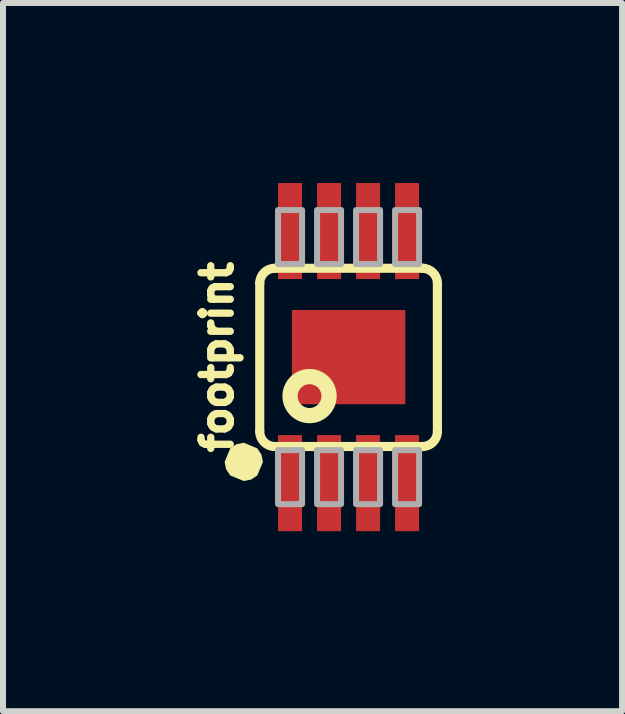
<source format=kicad_pcb>
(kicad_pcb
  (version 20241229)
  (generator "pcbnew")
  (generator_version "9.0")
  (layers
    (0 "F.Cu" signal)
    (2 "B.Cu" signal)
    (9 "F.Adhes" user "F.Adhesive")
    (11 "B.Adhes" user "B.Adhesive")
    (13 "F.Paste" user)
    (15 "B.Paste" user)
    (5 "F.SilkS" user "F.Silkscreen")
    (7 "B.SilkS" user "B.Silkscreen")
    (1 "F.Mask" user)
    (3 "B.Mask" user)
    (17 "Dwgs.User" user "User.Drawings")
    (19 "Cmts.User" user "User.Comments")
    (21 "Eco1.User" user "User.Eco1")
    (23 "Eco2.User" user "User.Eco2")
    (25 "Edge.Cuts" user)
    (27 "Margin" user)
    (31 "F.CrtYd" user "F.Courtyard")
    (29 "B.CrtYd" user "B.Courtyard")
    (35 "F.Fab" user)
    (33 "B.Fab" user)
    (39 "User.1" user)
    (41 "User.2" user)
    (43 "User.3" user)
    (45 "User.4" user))
  (footprint "footprint"
    (layer "F.Cu")
    (at 2.758 2.9)
    (property "Reference" "footprint" (at -1.905 0 90) (layer "F.SilkS") (effects (font (size 0.488 0.488) (thickness 0.122)) (justify bottom)))
    (fp_line (start -1.48 -1.23) (end -1.48 1.23) (stroke (width 0.152) (type solid)) (layer "F.SilkS"))
    (fp_line (start -1.22 -1.48) (end 1.24 -1.48) (stroke (width 0.152) (type solid)) (layer "F.SilkS"))
    (fp_line (start 1.24 1.49) (end -1.22 1.49) (stroke (width 0.152) (type solid)) (layer "F.SilkS"))
    (fp_line (start 1.48 1.24) (end 1.48 -1.23) (stroke (width 0.152) (type solid)) (layer "F.SilkS"))
    (fp_arc (start -1.48 -1.23) (mid -1.406777 -1.406777) (end -1.23 -1.48) (stroke (width 0.1524) (type solid)) (layer "F.SilkS"))
    (fp_arc (start -1.23 1.49) (mid -1.406777 1.416777) (end -1.48 1.24) (stroke (width 0.1524) (type solid)) (layer "F.SilkS"))
    (fp_arc (start 1.23 -1.48) (mid 1.406777 -1.406777) (end 1.48 -1.23) (stroke (width 0.1524) (type solid)) (layer "F.SilkS"))
    (fp_arc (start 1.48 1.24) (mid 1.406777 1.416777) (end 1.23 1.49) (stroke (width 0.1524) (type solid)) (layer "F.SilkS"))
    (fp_circle (center -0.65 0.65) (end -0.325 0.65) (stroke (width 0.254) (type solid)) (fill no) (layer "F.SilkS"))
    (fp_poly (pts (xy -1.521 1.521) (xy -1.452 1.624) (xy -1.427 1.746) (xy -1.521 1.972) (xy -1.624 2.041) (xy -1.746 2.065) (xy -1.972 1.972) (xy -2.041 1.868) (xy -2.065 1.746) (xy -1.972 1.521) (xy -1.868 1.452) (xy -1.746 1.427)) (stroke (width 0) (type solid)) (fill yes) (layer "F.SilkS"))
    (fp_poly (pts (xy -1.175 -1.55) (xy -0.775 -1.55) (xy -0.775 -2.45) (xy -1.175 -2.45)) (stroke (width 0.1) (type solid)) (fill no) (layer "F.Fab"))
    (fp_poly (pts (xy -1.175 2.45) (xy -0.775 2.45) (xy -0.775 1.55) (xy -1.175 1.55)) (stroke (width 0.1) (type solid)) (fill no) (layer "F.Fab"))
    (fp_poly (pts (xy -0.525 -1.55) (xy -0.125 -1.55) (xy -0.125 -2.45) (xy -0.525 -2.45)) (stroke (width 0.1) (type solid)) (fill no) (layer "F.Fab"))
    (fp_poly (pts (xy -0.525 2.45) (xy -0.125 2.45) (xy -0.125 1.55) (xy -0.525 1.55)) (stroke (width 0.1) (type solid)) (fill no) (layer "F.Fab"))
    (fp_poly (pts (xy 0.125 -1.55) (xy 0.525 -1.55) (xy 0.525 -2.45) (xy 0.125 -2.45)) (stroke (width 0.1) (type solid)) (fill no) (layer "F.Fab"))
    (fp_poly (pts (xy 0.125 2.45) (xy 0.525 2.45) (xy 0.525 1.55) (xy 0.125 1.55)) (stroke (width 0.1) (type solid)) (fill no) (layer "F.Fab"))
    (fp_poly (pts (xy 0.775 -1.55) (xy 1.175 -1.55) (xy 1.175 -2.45) (xy 0.775 -2.45)) (stroke (width 0.1) (type solid)) (fill no) (layer "F.Fab"))
    (fp_poly (pts (xy 0.775 2.45) (xy 1.175 2.45) (xy 1.175 1.55) (xy 0.775 1.55)) (stroke (width 0.1) (type solid)) (fill no) (layer "F.Fab"))
    (pad "1" smd rect (at -0.975 2.1) (size 0.4 1.6) (layers "F.Cu" "F.Mask" "F.Paste"))
    (pad "2" smd rect (at -0.325 2.1) (size 0.4 1.6) (layers "F.Cu" "F.Mask" "F.Paste"))
    (pad "3" smd rect (at 0.325 2.1) (size 0.4 1.6) (layers "F.Cu" "F.Mask" "F.Paste"))
    (pad "4" smd rect (at 0.975 2.1) (size 0.4 1.6) (layers "F.Cu" "F.Mask" "F.Paste"))
    (pad "5" smd rect (at 0.975 -2.1) (size 0.4 1.6) (layers "F.Cu" "F.Mask" "F.Paste"))
    (pad "6" smd rect (at 0.325 -2.1) (size 0.4 1.6) (layers "F.Cu" "F.Mask" "F.Paste"))
    (pad "7" smd rect (at -0.325 -2.1) (size 0.4 1.6) (layers "F.Cu" "F.Mask" "F.Paste"))
    (pad "8" smd rect (at -0.975 -2.1) (size 0.4 1.6) (layers "F.Cu" "F.Mask" "F.Paste"))
    (pad "9" smd rect (at 0 0) (size 1.89 1.57) (layers "F.Cu" "F.Mask" "F.Paste")))
  (gr_rect
    (start -3 -3)
    (end 7.315 8.8)
    (stroke (width 0.1) (type default))
    (fill no)
    (layer "Edge.Cuts")))
</source>
